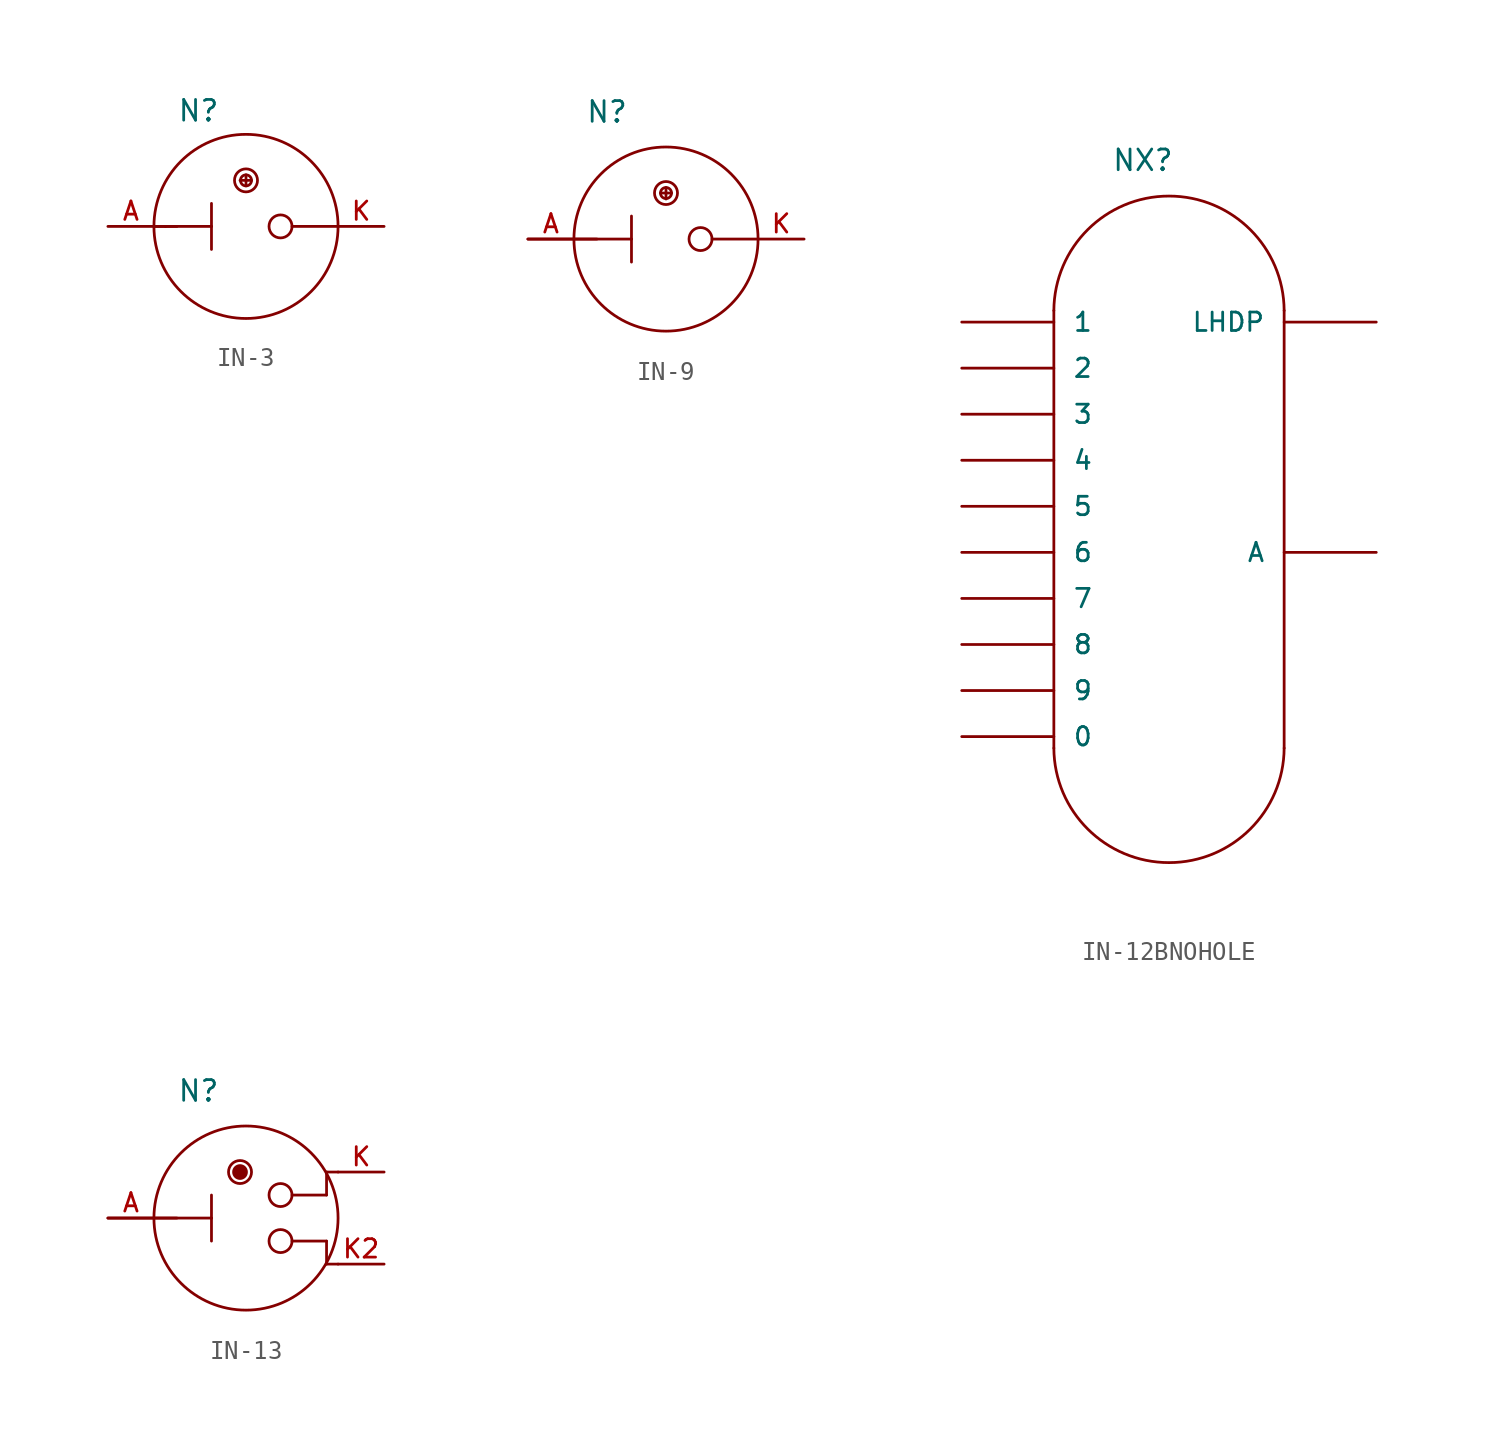
<source format=kicad_sym>
(kicad_symbol_lib
  (version 20220914)
  (generator kicad_symbol_editor)
  (symbol "IN-3"
    (pin_names
      (offset 1.016) hide)
    (property "Reference" "N"
      (at 1.27 3.175 0)
      (effects (font (size 1.143 1.143)) (justify left bottom)))
    (property "ki_locked" ""
      (at 0 0 0)
      (effects (font (size 1.27 1.27))))
    (symbol "IN-3_1_0"
      (polyline (pts (xy 0 -2.54) (xy 0.635 -2.54)) (stroke (width 0) (type solid)) (fill (type none)))
      (polyline (pts (xy 0.635 -2.54) (xy 0 -2.54)) (stroke (width 0) (type solid)) (fill (type none)))
      (polyline (pts (xy 0.635 -2.54) (xy 3.175 -2.54)) (stroke (width 0) (type solid)) (fill (type none)))
      (polyline (pts (xy 1.27 -2.54) (xy 0.635 -2.54)) (stroke (width 0) (type solid)) (fill (type none)))
      (polyline (pts (xy 3.175 -2.54) (xy 3.175 -3.81)) (stroke (width 0) (type solid)) (fill (type none)))
      (polyline (pts (xy 3.175 -2.54) (xy 3.175 -1.27)) (stroke (width 0) (type solid)) (fill (type none)))
      (polyline (pts (xy 4.75 0) (xy 5.08 0)) (stroke (width 0) (type solid)) (fill (type none)))
      (polyline (pts (xy 5.08 0) (xy 5.08 -0.305)) (stroke (width 0) (type solid)) (fill (type none)))
      (polyline (pts (xy 5.08 0) (xy 5.08 0.305)) (stroke (width 0) (type solid)) (fill (type none)))
      (polyline (pts (xy 5.08 0) (xy 5.385 0)) (stroke (width 0) (type solid)) (fill (type none)))
      (polyline (pts (xy 10.16 -2.54) (xy 7.62 -2.54)) (stroke (width 0) (type solid)) (fill (type none))))
    (symbol "IN-3_1_1"
      (circle (center 5.08 -2.54) (radius 5.08) (stroke (width 0) (type solid)) (fill (type none)))
      (circle (center 5.08 0) (radius 0.305) (stroke (width 0) (type solid)) (fill (type none)))
      (circle (center 5.08 0) (radius 0.635) (stroke (width 0) (type solid)) (fill (type none)))
      (circle (center 6.985 -2.54) (radius 0.635) (stroke (width 0) (type solid)) (fill (type none)))
      (pin bidirectional line (at -2.54 -2.54 0) (length 2.54) (name "A" (effects (font (size 1.016 1.016)))) (number "A" (effects (font (size 1.016 1.016)))))
      (pin bidirectional line (at 12.7 -2.54 180) (length 2.54) (name "K" (effects (font (size 1.016 1.016)))) (number "K" (effects (font (size 1.016 1.016)))))))
  (symbol "IN-9"
    (pin_names
      (offset 1.016) hide)
    (property "Reference" "N"
      (at -4.445 6.35 0)
      (effects (font (size 1.143 1.143)) (justify left bottom)))
    (property "ki_locked" ""
      (at 0 0 0)
      (effects (font (size 1.27 1.27))))
    (symbol "IN-9_1_0"
      (polyline (pts (xy -7.62 0) (xy -5.08 0)) (stroke (width 0) (type solid)) (fill (type none)))
      (polyline (pts (xy -5.08 0) (xy -1.905 0)) (stroke (width 0) (type solid)) (fill (type none)))
      (polyline (pts (xy -3.81 0) (xy -5.08 0)) (stroke (width 0) (type solid)) (fill (type none)))
      (polyline (pts (xy -1.905 0) (xy -1.905 -1.27)) (stroke (width 0) (type solid)) (fill (type none)))
      (polyline (pts (xy -1.905 0) (xy -1.905 1.27)) (stroke (width 0) (type solid)) (fill (type none)))
      (polyline (pts (xy -0.305 2.54) (xy 0 2.54)) (stroke (width 0) (type solid)) (fill (type none)))
      (polyline (pts (xy 0 2.54) (xy 0 2.21)) (stroke (width 0) (type solid)) (fill (type none)))
      (polyline (pts (xy 0 2.54) (xy 0 2.845)) (stroke (width 0) (type solid)) (fill (type none)))
      (polyline (pts (xy 0 2.54) (xy 0.305 2.54)) (stroke (width 0) (type solid)) (fill (type none)))
      (polyline (pts (xy 5.08 0) (xy 2.54 0)) (stroke (width 0) (type solid)) (fill (type none))))
    (symbol "IN-9_1_1"
      (circle (center 0 0) (radius 5.08) (stroke (width 0) (type solid)) (fill (type none)))
      (circle (center 0 2.54) (radius 0.305) (stroke (width 0) (type solid)) (fill (type none)))
      (circle (center 0 2.54) (radius 0.635) (stroke (width 0) (type solid)) (fill (type none)))
      (circle (center 1.905 0) (radius 0.635) (stroke (width 0) (type solid)) (fill (type none)))
      (pin bidirectional line (at -7.62 0 0) (length 2.54) (name "A" (effects (font (size 1.016 1.016)))) (number "A" (effects (font (size 1.016 1.016)))))
      (pin bidirectional line (at 7.62 0 180) (length 2.54) (name "K" (effects (font (size 1.016 1.016)))) (number "K" (effects (font (size 1.016 1.016)))))))
  (symbol "IN-12BNOHOLE"
    (pin_numbers hide)
    (pin_names
      (offset 1.016))
    (property "Reference" "NX"
      (at -4.445 20.955 0)
      (effects (font (size 1.143 1.143)) (justify left bottom)))
    (property "ki_locked" ""
      (at 0 0 0)
      (effects (font (size 1.27 1.27))))
    (symbol "IN-12BNOHOLE_1_0"
      (polyline (pts (xy -7.62 -10.795) (xy -7.62 13.335)) (stroke (width 0) (type solid)) (fill (type none)))
      (polyline (pts (xy 5.08 -10.795) (xy 5.08 13.335)) (stroke (width 0) (type solid)) (fill (type none))))
    (symbol "IN-12BNOHOLE_1_1"
      (arc (start -7.62 -10.795) (mid -1.27 -17.1174) (end 5.08 -10.795) (stroke (width 0) (type solid)) (fill (type none)))
      (arc (start 5.08 13.335) (mid -1.27 19.6574) (end -7.62 13.335) (stroke (width 0) (type solid)) (fill (type none)))
      (pin bidirectional line (at -12.7 -10.16 0) (length 5.08) (name "0" (effects (font (size 1.016 1.016)))) (number "0" (effects (font (size 1.016 1.016)))))
      (pin bidirectional line (at -12.7 12.7 0) (length 5.08) (name "1" (effects (font (size 1.016 1.016)))) (number "1" (effects (font (size 1.016 1.016)))))
      (pin bidirectional line (at -12.7 10.16 0) (length 5.08) (name "2" (effects (font (size 1.016 1.016)))) (number "2" (effects (font (size 1.016 1.016)))))
      (pin bidirectional line (at -12.7 7.62 0) (length 5.08) (name "3" (effects (font (size 1.016 1.016)))) (number "3" (effects (font (size 1.016 1.016)))))
      (pin bidirectional line (at -12.7 5.08 0) (length 5.08) (name "4" (effects (font (size 1.016 1.016)))) (number "4" (effects (font (size 1.016 1.016)))))
      (pin bidirectional line (at -12.7 2.54 0) (length 5.08) (name "5" (effects (font (size 1.016 1.016)))) (number "5" (effects (font (size 1.016 1.016)))))
      (pin bidirectional line (at -12.7 0 0) (length 5.08) (name "6" (effects (font (size 1.016 1.016)))) (number "6" (effects (font (size 1.016 1.016)))))
      (pin bidirectional line (at -12.7 -2.54 0) (length 5.08) (name "7" (effects (font (size 1.016 1.016)))) (number "7" (effects (font (size 1.016 1.016)))))
      (pin bidirectional line (at -12.7 -5.08 0) (length 5.08) (name "8" (effects (font (size 1.016 1.016)))) (number "8" (effects (font (size 1.016 1.016)))))
      (pin bidirectional line (at -12.7 -7.62 0) (length 5.08) (name "9" (effects (font (size 1.016 1.016)))) (number "9" (effects (font (size 1.016 1.016)))))
      (pin bidirectional line (at 10.16 0 180) (length 5.08) (name "A" (effects (font (size 1.016 1.016)))) (number "A" (effects (font (size 1.016 1.016)))))
      (pin bidirectional line (at 10.16 12.7 180) (length 5.08) (name "LHDP" (effects (font (size 1.016 1.016)))) (number "LHDP" (effects (font (size 1.016 1.016)))))))
  (symbol "IN-13"
    (pin_names
      (offset 1.016) hide)
    (property "Reference" "N"
      (at -3.81 6.35 0)
      (effects (font (size 1.143 1.143)) (justify left bottom)))
    (property "ki_locked" ""
      (at 0 0 0)
      (effects (font (size 1.27 1.27))))
    (symbol "IN-13_1_0"
      (polyline (pts (xy -7.62 0) (xy -5.08 0)) (stroke (width 0) (type solid)) (fill (type none)))
      (polyline (pts (xy -5.08 0) (xy -1.905 0)) (stroke (width 0) (type solid)) (fill (type none)))
      (polyline (pts (xy -3.81 0) (xy -5.08 0)) (stroke (width 0) (type solid)) (fill (type none)))
      (polyline (pts (xy -1.905 0) (xy -1.905 -1.27)) (stroke (width 0) (type solid)) (fill (type none)))
      (polyline (pts (xy -1.905 0) (xy -1.905 1.27)) (stroke (width 0) (type solid)) (fill (type none)))
      (polyline (pts (xy -0.33 2.515) (xy -0.279 2.515)) (stroke (width 0) (type solid)) (fill (type none)))
      (polyline (pts (xy 4.445 -1.27) (xy 2.54 -1.27)) (stroke (width 0) (type solid)) (fill (type none)))
      (polyline (pts (xy 4.445 -1.27) (xy 4.445 -2.54)) (stroke (width 0) (type solid)) (fill (type none)))
      (polyline (pts (xy 4.445 1.27) (xy 2.54 1.27)) (stroke (width 0) (type solid)) (fill (type none)))
      (polyline (pts (xy 4.445 1.27) (xy 4.445 2.54)) (stroke (width 0) (type solid)) (fill (type none)))
      (polyline (pts (xy 5.08 -2.54) (xy 4.445 -2.54)) (stroke (width 0) (type solid)) (fill (type none)))
      (polyline (pts (xy 5.08 2.54) (xy 4.445 2.54)) (stroke (width 0) (type solid)) (fill (type none))))
    (symbol "IN-13_1_1"
      (arc (start -0.381 2.5654) (mid -0.3661 2.5295) (end -0.3302 2.5146) (stroke (width 0) (type solid)) (fill (type none)))
      (circle (center -0.33 2.54) (radius 0.076) (stroke (width 0) (type solid)) (fill (type outline)))
      (circle (center -0.33 2.54) (radius 0.203) (stroke (width 0) (type solid)) (fill (type outline)))
      (circle (center -0.33 2.54) (radius 0.254) (stroke (width 0) (type solid)) (fill (type none)))
      (circle (center -0.33 2.54) (radius 0.356) (stroke (width 0) (type solid)) (fill (type none)))
      (circle (center -0.33 2.54) (radius 0.635) (stroke (width 0) (type solid)) (fill (type none)))
      (circle (center 0 0) (radius 5.08) (stroke (width 0) (type solid)) (fill (type none)))
      (circle (center 1.905 -1.27) (radius 0.635) (stroke (width 0) (type solid)) (fill (type none)))
      (circle (center 1.905 1.27) (radius 0.635) (stroke (width 0) (type solid)) (fill (type none)))
      (pin bidirectional line (at -7.62 0 0) (length 2.54) (name "A" (effects (font (size 1.016 1.016)))) (number "A" (effects (font (size 1.016 1.016)))))
      (pin bidirectional line (at 7.62 2.54 180) (length 2.54) (name "K" (effects (font (size 1.016 1.016)))) (number "K" (effects (font (size 1.016 1.016)))))
      (pin bidirectional line (at 7.62 -2.54 180) (length 2.54) (name "K2" (effects (font (size 1.016 1.016)))) (number "K2" (effects (font (size 1.016 1.016))))))))
</source>
